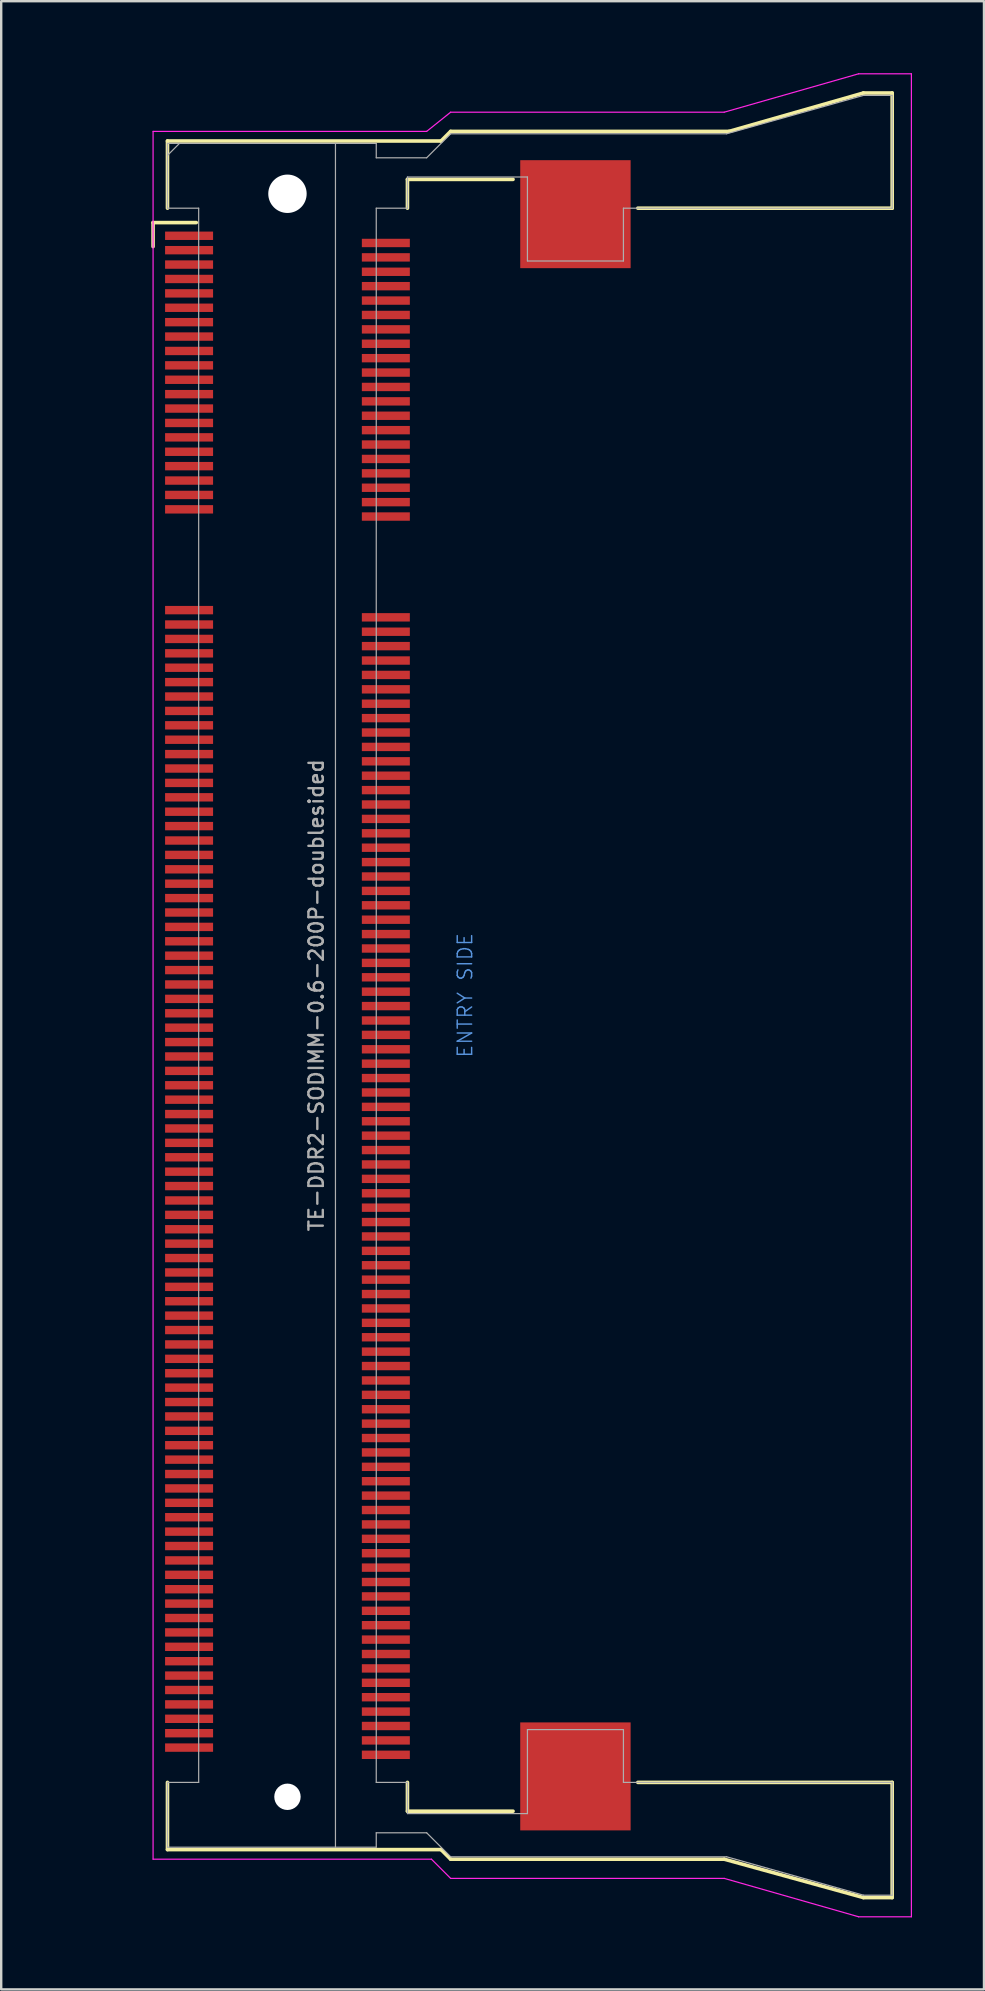
<source format=kicad_pcb>
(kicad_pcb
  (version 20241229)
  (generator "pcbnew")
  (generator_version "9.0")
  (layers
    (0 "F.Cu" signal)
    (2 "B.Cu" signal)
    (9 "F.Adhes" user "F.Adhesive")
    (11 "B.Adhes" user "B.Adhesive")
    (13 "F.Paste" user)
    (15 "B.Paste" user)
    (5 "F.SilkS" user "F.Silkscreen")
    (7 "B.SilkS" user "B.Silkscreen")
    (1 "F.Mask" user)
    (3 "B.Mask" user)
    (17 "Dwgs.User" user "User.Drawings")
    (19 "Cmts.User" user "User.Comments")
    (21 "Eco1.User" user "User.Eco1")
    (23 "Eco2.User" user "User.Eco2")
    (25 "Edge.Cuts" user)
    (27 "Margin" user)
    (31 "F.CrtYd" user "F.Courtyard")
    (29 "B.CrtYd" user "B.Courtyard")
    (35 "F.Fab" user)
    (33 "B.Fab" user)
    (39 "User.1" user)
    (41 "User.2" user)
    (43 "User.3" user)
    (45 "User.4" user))
  (footprint "TE-DDR2-SODIMM-0.6-200P-doublesided"
    (layer "F.Cu")
    (at 8.929 38.425)
    (property "Reference" "TE-DDR2-SODIMM-0.6-200P-doublesided" (at 1.2 0 90) (layer "F.Fab") (effects (font (size 0.6 0.6) (thickness 0.1))))
    (attr through_hole)
    (fp_line (start -5.6 -32.2) (end -3.8 -32.2) (stroke (width 0.15) (type solid)) (layer "F.SilkS"))
    (fp_line (start -5.6 -31.2) (end -5.6 -32.2) (stroke (width 0.15) (type solid)) (layer "F.SilkS"))
    (fp_line (start -5 -35.6) (end 6.4 -35.6) (stroke (width 0.15) (type solid)) (layer "F.SilkS"))
    (fp_line (start -5 -32.8) (end -5 -35.6) (stroke (width 0.15) (type solid)) (layer "F.SilkS"))
    (fp_line (start -5 32.8) (end -5 35.6) (stroke (width 0.15) (type solid)) (layer "F.SilkS"))
    (fp_line (start -5 35.6) (end 6.4 35.6) (stroke (width 0.15) (type solid)) (layer "F.SilkS"))
    (fp_line (start 5 -34) (end 9.4 -34) (stroke (width 0.15) (type solid)) (layer "F.SilkS"))
    (fp_line (start 5 -32.8) (end 5 -34) (stroke (width 0.15) (type solid)) (layer "F.SilkS"))
    (fp_line (start 5 34) (end 5 32.8) (stroke (width 0.15) (type solid)) (layer "F.SilkS"))
    (fp_line (start 6.4 -35.6) (end 6.8 -36) (stroke (width 0.15) (type solid)) (layer "F.SilkS"))
    (fp_line (start 6.4 35.6) (end 6.8 36) (stroke (width 0.15) (type solid)) (layer "F.SilkS"))
    (fp_line (start 6.8 -36) (end 18.4 -36) (stroke (width 0.15) (type solid)) (layer "F.SilkS"))
    (fp_line (start 6.8 36) (end 18.2 36) (stroke (width 0.15) (type solid)) (layer "F.SilkS"))
    (fp_line (start 9.4 34) (end 5 34) (stroke (width 0.15) (type solid)) (layer "F.SilkS"))
    (fp_line (start 14.6 -32.8) (end 25.2 -32.8) (stroke (width 0.15) (type solid)) (layer "F.SilkS"))
    (fp_line (start 14.6 32.8) (end 25.2 32.8) (stroke (width 0.15) (type solid)) (layer "F.SilkS"))
    (fp_line (start 18.2 36) (end 24 37.6) (stroke (width 0.15) (type solid)) (layer "F.SilkS"))
    (fp_line (start 18.4 -36) (end 24 -37.6) (stroke (width 0.15) (type solid)) (layer "F.SilkS"))
    (fp_line (start 24 -37.6) (end 25.2 -37.6) (stroke (width 0.15) (type solid)) (layer "F.SilkS"))
    (fp_line (start 24 37.6) (end 25.2 37.6) (stroke (width 0.15) (type solid)) (layer "F.SilkS"))
    (fp_line (start 25.2 -37.6) (end 25.2 -32.8) (stroke (width 0.15) (type solid)) (layer "F.SilkS"))
    (fp_line (start 25.2 37.6) (end 25.2 32.8) (stroke (width 0.15) (type solid)) (layer "F.SilkS"))
    (fp_line (start -5.6 -36) (end -5.6 36) (stroke (width 0.05) (type solid)) (layer "F.CrtYd"))
    (fp_line (start -5.6 -36) (end 5.8 -36) (stroke (width 0.05) (type solid)) (layer "F.CrtYd"))
    (fp_line (start -5.6 36) (end 6 36) (stroke (width 0.05) (type solid)) (layer "F.CrtYd"))
    (fp_line (start 6 36) (end 6.8 36.8) (stroke (width 0.05) (type solid)) (layer "F.CrtYd"))
    (fp_line (start 6.8 -36.8) (end 5.8 -36) (stroke (width 0.05) (type solid)) (layer "F.CrtYd"))
    (fp_line (start 6.8 36.8) (end 18.2 36.8) (stroke (width 0.05) (type solid)) (layer "F.CrtYd"))
    (fp_line (start 18.2 -36.8) (end 6.8 -36.8) (stroke (width 0.05) (type solid)) (layer "F.CrtYd"))
    (fp_line (start 18.2 36.8) (end 23.8 38.4) (stroke (width 0.05) (type solid)) (layer "F.CrtYd"))
    (fp_line (start 23.8 -38.4) (end 18.2 -36.8) (stroke (width 0.05) (type solid)) (layer "F.CrtYd"))
    (fp_line (start 23.8 38.4) (end 26 38.4) (stroke (width 0.05) (type solid)) (layer "F.CrtYd"))
    (fp_line (start 26 -38.4) (end 23.8 -38.4) (stroke (width 0.05) (type solid)) (layer "F.CrtYd"))
    (fp_line (start 26 38.4) (end 26 -38.4) (stroke (width 0.05) (type solid)) (layer "F.CrtYd"))
    (fp_line (start -5 -35.5) (end -5 -32.8) (stroke (width 0.05) (type solid)) (layer "F.Fab"))
    (fp_line (start -5 -35.5) (end 2 -35.5) (stroke (width 0.05) (type solid)) (layer "F.Fab"))
    (fp_line (start -5 -35) (end -4.5 -35.5) (stroke (width 0.05) (type solid)) (layer "F.Fab"))
    (fp_line (start -5 -32.8) (end -3.7 -32.8) (stroke (width 0.05) (type solid)) (layer "F.Fab"))
    (fp_line (start -5 32.8) (end -3.7 32.8) (stroke (width 0.05) (type solid)) (layer "F.Fab"))
    (fp_line (start -5 35.5) (end -5 32.8) (stroke (width 0.05) (type solid)) (layer "F.Fab"))
    (fp_line (start -3.7 32.8) (end -3.7 -32.8) (stroke (width 0.05) (type solid)) (layer "F.Fab"))
    (fp_line (start 2 -35.5) (end 2 35.5) (stroke (width 0.05) (type solid)) (layer "F.Fab"))
    (fp_line (start 2 35.5) (end -5 35.5) (stroke (width 0.05) (type solid)) (layer "F.Fab"))
    (fp_line (start 3.7 -35.5) (end 2 -35.5) (stroke (width 0.05) (type solid)) (layer "F.Fab"))
    (fp_line (start 3.7 -35.5) (end 3.7 -34.9) (stroke (width 0.05) (type solid)) (layer "F.Fab"))
    (fp_line (start 3.7 -32.8) (end 3.7 32.8) (stroke (width 0.05) (type solid)) (layer "F.Fab"))
    (fp_line (start 3.7 -32.8) (end 5 -32.8) (stroke (width 0.05) (type solid)) (layer "F.Fab"))
    (fp_line (start 3.7 34.9) (end 3.7 35.5) (stroke (width 0.05) (type solid)) (layer "F.Fab"))
    (fp_line (start 3.7 34.9) (end 5.8 34.9) (stroke (width 0.05) (type solid)) (layer "F.Fab"))
    (fp_line (start 3.7 35.5) (end 2 35.5) (stroke (width 0.05) (type solid)) (layer "F.Fab"))
    (fp_line (start 5 -34.1) (end 10 -34.1) (stroke (width 0.05) (type solid)) (layer "F.Fab"))
    (fp_line (start 5 -32.8) (end 5 -34.1) (stroke (width 0.05) (type solid)) (layer "F.Fab"))
    (fp_line (start 5 32.8) (end 3.7 32.8) (stroke (width 0.05) (type solid)) (layer "F.Fab"))
    (fp_line (start 5 34.1) (end 5 32.8) (stroke (width 0.05) (type solid)) (layer "F.Fab"))
    (fp_line (start 5 34.1) (end 10 34.1) (stroke (width 0.05) (type solid)) (layer "F.Fab"))
    (fp_line (start 5.8 -34.9) (end 3.7 -34.9) (stroke (width 0.05) (type solid)) (layer "F.Fab"))
    (fp_line (start 5.8 -34.9) (end 6.8 -35.9) (stroke (width 0.05) (type solid)) (layer "F.Fab"))
    (fp_line (start 5.8 34.9) (end 6.8 35.9) (stroke (width 0.05) (type solid)) (layer "F.Fab"))
    (fp_line (start 6.8 -35.9) (end 18.3 -35.9) (stroke (width 0.05) (type solid)) (layer "F.Fab"))
    (fp_line (start 10 -34.1) (end 10 -30.6) (stroke (width 0.05) (type solid)) (layer "F.Fab"))
    (fp_line (start 10 -30.6) (end 14 -30.6) (stroke (width 0.05) (type solid)) (layer "F.Fab"))
    (fp_line (start 10 30.6) (end 14 30.6) (stroke (width 0.05) (type solid)) (layer "F.Fab"))
    (fp_line (start 10 34.1) (end 10 30.6) (stroke (width 0.05) (type solid)) (layer "F.Fab"))
    (fp_line (start 14 -32.8) (end 25.2 -32.8) (stroke (width 0.05) (type solid)) (layer "F.Fab"))
    (fp_line (start 14 -30.6) (end 14 -32.8) (stroke (width 0.05) (type solid)) (layer "F.Fab"))
    (fp_line (start 14 30.6) (end 14 32.8) (stroke (width 0.05) (type solid)) (layer "F.Fab"))
    (fp_line (start 14 32.8) (end 25.2 32.8) (stroke (width 0.05) (type solid)) (layer "F.Fab"))
    (fp_line (start 18.3 35.9) (end 6.8 35.9) (stroke (width 0.05) (type solid)) (layer "F.Fab"))
    (fp_line (start 18.3 35.9) (end 24 37.5) (stroke (width 0.05) (type solid)) (layer "F.Fab"))
    (fp_line (start 24 -37.5) (end 18.3 -35.9) (stroke (width 0.05) (type solid)) (layer "F.Fab"))
    (fp_line (start 25.2 -37.5) (end 24 -37.5) (stroke (width 0.05) (type solid)) (layer "F.Fab"))
    (fp_line (start 25.2 -32.8) (end 25.2 -37.5) (stroke (width 0.05) (type solid)) (layer "F.Fab"))
    (fp_line (start 25.2 37.5) (end 24 37.5) (stroke (width 0.05) (type solid)) (layer "F.Fab"))
    (fp_line (start 25.2 37.5) (end 25.2 32.8) (stroke (width 0.05) (type solid)) (layer "F.Fab"))
    (fp_text user "ENTRY SIDE" (at 7.4 0 90) (layer "Cmts.User") (effects (font (size 0.6 0.6) (thickness 0.06))))
    (fp_text user "${REFERENCE}" (at -4 -35 0) (layer "Eco1.User") (effects (font (size 0.3 0.3) (thickness 0.03))))
    (pad "" np_thru_hole circle (at 0 -33.4) (size 1.6 1.6) (drill 1.6) (layers "*.Cu"))
    (pad "" np_thru_hole circle (at 0 33.4) (size 1.1 1.1) (drill 1.1) (layers "*.Cu"))
    (pad "" smd rect (at 12 -32.55) (size 4.6 4.5) (layers "F.Cu" "F.Mask" "F.Paste"))
    (pad "" smd rect (at 12 32.55) (size 4.6 4.5) (layers "F.Cu" "F.Mask" "F.Paste"))
    (pad "1" smd rect (at -4.1 -31.65) (size 2 0.35) (layers "F.Cu" "F.Paste"))
    (pad "2" smd rect (at 4.1 -31.35) (size 2 0.35) (layers "F.Cu" "F.Paste"))
    (pad "3" smd rect (at -4.1 -31.05) (size 2 0.35) (layers "F.Cu" "F.Paste"))
    (pad "4" smd rect (at 4.1 -30.75) (size 2 0.35) (layers "F.Cu" "F.Paste"))
    (pad "5" smd rect (at -4.1 -30.45) (size 2 0.35) (layers "F.Cu" "F.Paste"))
    (pad "6" smd rect (at 4.1 -30.15) (size 2 0.35) (layers "F.Cu" "F.Paste"))
    (pad "7" smd rect (at -4.1 -29.85) (size 2 0.35) (layers "F.Cu" "F.Paste"))
    (pad "8" smd rect (at 4.1 -29.55) (size 2 0.35) (layers "F.Cu" "F.Paste"))
    (pad "9" smd rect (at -4.1 -29.25) (size 2 0.35) (layers "F.Cu" "F.Paste"))
    (pad "10" smd rect (at 4.1 -28.95) (size 2 0.35) (layers "F.Cu" "F.Paste"))
    (pad "11" smd rect (at -4.1 -28.65) (size 2 0.35) (layers "F.Cu" "F.Paste"))
    (pad "12" smd rect (at 4.1 -28.35) (size 2 0.35) (layers "F.Cu" "F.Paste"))
    (pad "13" smd rect (at -4.1 -28.05) (size 2 0.35) (layers "F.Cu" "F.Paste"))
    (pad "14" smd rect (at 4.1 -27.75) (size 2 0.35) (layers "F.Cu" "F.Paste"))
    (pad "15" smd rect (at -4.1 -27.45) (size 2 0.35) (layers "F.Cu" "F.Paste"))
    (pad "16" smd rect (at 4.1 -27.15) (size 2 0.35) (layers "F.Cu" "F.Paste"))
    (pad "17" smd rect (at -4.1 -26.85) (size 2 0.35) (layers "F.Cu" "F.Paste"))
    (pad "18" smd rect (at 4.1 -26.55) (size 2 0.35) (layers "F.Cu" "F.Paste"))
    (pad "19" smd rect (at -4.1 -26.25) (size 2 0.35) (layers "F.Cu" "F.Paste"))
    (pad "20" smd rect (at 4.1 -25.95) (size 2 0.35) (layers "F.Cu" "F.Paste"))
    (pad "21" smd rect (at -4.1 -25.65) (size 2 0.35) (layers "F.Cu" "F.Paste"))
    (pad "22" smd rect (at 4.1 -25.35) (size 2 0.35) (layers "F.Cu" "F.Paste"))
    (pad "23" smd rect (at -4.1 -25.05) (size 2 0.35) (layers "F.Cu" "F.Paste"))
    (pad "24" smd rect (at 4.1 -24.75) (size 2 0.35) (layers "F.Cu" "F.Paste"))
    (pad "25" smd rect (at -4.1 -24.45) (size 2 0.35) (layers "F.Cu" "F.Paste"))
    (pad "26" smd rect (at 4.1 -24.15) (size 2 0.35) (layers "F.Cu" "F.Paste"))
    (pad "27" smd rect (at -4.1 -23.85) (size 2 0.35) (layers "F.Cu" "F.Paste"))
    (pad "28" smd rect (at 4.1 -23.55) (size 2 0.35) (layers "F.Cu" "F.Paste"))
    (pad "29" smd rect (at -4.1 -23.25) (size 2 0.35) (layers "F.Cu" "F.Paste"))
    (pad "30" smd rect (at 4.1 -22.95) (size 2 0.35) (layers "F.Cu" "F.Paste"))
    (pad "31" smd rect (at -4.1 -22.65) (size 2 0.35) (layers "F.Cu" "F.Paste"))
    (pad "32" smd rect (at 4.1 -22.35) (size 2 0.35) (layers "F.Cu" "F.Paste"))
    (pad "33" smd rect (at -4.1 -22.05) (size 2 0.35) (layers "F.Cu" "F.Paste"))
    (pad "34" smd rect (at 4.1 -21.75) (size 2 0.35) (layers "F.Cu" "F.Paste"))
    (pad "35" smd rect (at -4.1 -21.45) (size 2 0.35) (layers "F.Cu" "F.Paste"))
    (pad "36" smd rect (at 4.1 -21.15) (size 2 0.35) (layers "F.Cu" "F.Paste"))
    (pad "37" smd rect (at -4.1 -20.85) (size 2 0.35) (layers "F.Cu" "F.Paste"))
    (pad "38" smd rect (at 4.1 -20.55) (size 2 0.35) (layers "F.Cu" "F.Paste"))
    (pad "39" smd rect (at -4.1 -20.25) (size 2 0.35) (layers "F.Cu" "F.Paste"))
    (pad "40" smd rect (at 4.1 -19.95) (size 2 0.35) (layers "F.Cu" "F.Paste"))
    (pad "41" smd rect (at -4.1 -16.05) (size 2 0.35) (layers "F.Cu" "F.Paste"))
    (pad "42" smd rect (at 4.1 -15.75) (size 2 0.35) (layers "F.Cu" "F.Paste"))
    (pad "43" smd rect (at -4.1 -15.45) (size 2 0.35) (layers "F.Cu" "F.Paste"))
    (pad "44" smd rect (at 4.1 -15.15) (size 2 0.35) (layers "F.Cu" "F.Paste"))
    (pad "45" smd rect (at -4.1 -14.85) (size 2 0.35) (layers "F.Cu" "F.Paste"))
    (pad "46" smd rect (at 4.1 -14.55) (size 2 0.35) (layers "F.Cu" "F.Paste"))
    (pad "47" smd rect (at -4.1 -14.25) (size 2 0.35) (layers "F.Cu" "F.Paste"))
    (pad "48" smd rect (at 4.1 -13.95) (size 2 0.35) (layers "F.Cu" "F.Paste"))
    (pad "49" smd rect (at -4.1 -13.65) (size 2 0.35) (layers "F.Cu" "F.Paste"))
    (pad "50" smd rect (at 4.1 -13.35) (size 2 0.35) (layers "F.Cu" "F.Paste"))
    (pad "51" smd rect (at -4.1 -13.05) (size 2 0.35) (layers "F.Cu" "F.Paste"))
    (pad "52" smd rect (at 4.1 -12.75) (size 2 0.35) (layers "F.Cu" "F.Paste"))
    (pad "53" smd rect (at -4.1 -12.45) (size 2 0.35) (layers "F.Cu" "F.Paste"))
    (pad "54" smd rect (at 4.1 -12.15) (size 2 0.35) (layers "F.Cu" "F.Paste"))
    (pad "55" smd rect (at -4.1 -11.85) (size 2 0.35) (layers "F.Cu" "F.Paste"))
    (pad "56" smd rect (at 4.1 -11.55) (size 2 0.35) (layers "F.Cu" "F.Paste"))
    (pad "57" smd rect (at -4.1 -11.25) (size 2 0.35) (layers "F.Cu" "F.Paste"))
    (pad "58" smd rect (at 4.1 -10.95) (size 2 0.35) (layers "F.Cu" "F.Paste"))
    (pad "59" smd rect (at -4.1 -10.65) (size 2 0.35) (layers "F.Cu" "F.Paste"))
    (pad "60" smd rect (at 4.1 -10.35) (size 2 0.35) (layers "F.Cu" "F.Paste"))
    (pad "61" smd rect (at -4.1 -10.05) (size 2 0.35) (layers "F.Cu" "F.Paste"))
    (pad "62" smd rect (at 4.1 -9.75) (size 2 0.35) (layers "F.Cu" "F.Paste"))
    (pad "63" smd rect (at -4.1 -9.45) (size 2 0.35) (layers "F.Cu" "F.Paste"))
    (pad "64" smd rect (at 4.1 -9.15) (size 2 0.35) (layers "F.Cu" "F.Paste"))
    (pad "65" smd rect (at -4.1 -8.85) (size 2 0.35) (layers "F.Cu" "F.Paste"))
    (pad "66" smd rect (at 4.1 -8.55) (size 2 0.35) (layers "F.Cu" "F.Paste"))
    (pad "67" smd rect (at -4.1 -8.25) (size 2 0.35) (layers "F.Cu" "F.Paste"))
    (pad "68" smd rect (at 4.1 -7.95) (size 2 0.35) (layers "F.Cu" "F.Paste"))
    (pad "69" smd rect (at -4.1 -7.65) (size 2 0.35) (layers "F.Cu" "F.Paste"))
    (pad "70" smd rect (at 4.1 -7.35) (size 2 0.35) (layers "F.Cu" "F.Paste"))
    (pad "71" smd rect (at -4.1 -7.05) (size 2 0.35) (layers "F.Cu" "F.Paste"))
    (pad "72" smd rect (at 4.1 -6.75) (size 2 0.35) (layers "F.Cu" "F.Paste"))
    (pad "73" smd rect (at -4.1 -6.45) (size 2 0.35) (layers "F.Cu" "F.Paste"))
    (pad "74" smd rect (at 4.1 -6.15) (size 2 0.35) (layers "F.Cu" "F.Paste"))
    (pad "75" smd rect (at -4.1 -5.85) (size 2 0.35) (layers "F.Cu" "F.Paste"))
    (pad "76" smd rect (at 4.1 -5.55) (size 2 0.35) (layers "F.Cu" "F.Paste"))
    (pad "77" smd rect (at -4.1 -5.25) (size 2 0.35) (layers "F.Cu" "F.Paste"))
    (pad "78" smd rect (at 4.1 -4.95) (size 2 0.35) (layers "F.Cu" "F.Paste"))
    (pad "79" smd rect (at -4.1 -4.65) (size 2 0.35) (layers "F.Cu" "F.Paste"))
    (pad "80" smd rect (at 4.1 -4.35) (size 2 0.35) (layers "F.Cu" "F.Paste"))
    (pad "81" smd rect (at -4.1 -4.05) (size 2 0.35) (layers "F.Cu" "F.Paste"))
    (pad "82" smd rect (at 4.1 -3.75) (size 2 0.35) (layers "F.Cu" "F.Paste"))
    (pad "83" smd rect (at -4.1 -3.45) (size 2 0.35) (layers "F.Cu" "F.Paste"))
    (pad "84" smd rect (at 4.1 -3.15) (size 2 0.35) (layers "F.Cu" "F.Paste"))
    (pad "85" smd rect (at -4.1 -2.85) (size 2 0.35) (layers "F.Cu" "F.Paste"))
    (pad "86" smd rect (at 4.1 -2.55) (size 2 0.35) (layers "F.Cu" "F.Paste"))
    (pad "87" smd rect (at -4.1 -2.25) (size 2 0.35) (layers "F.Cu" "F.Paste"))
    (pad "88" smd rect (at 4.1 -1.95) (size 2 0.35) (layers "F.Cu" "F.Paste"))
    (pad "89" smd rect (at -4.1 -1.65) (size 2 0.35) (layers "F.Cu" "F.Paste"))
    (pad "90" smd rect (at 4.1 -1.35) (size 2 0.35) (layers "F.Cu" "F.Paste"))
    (pad "91" smd rect (at -4.1 -1.05) (size 2 0.35) (layers "F.Cu" "F.Paste"))
    (pad "92" smd rect (at 4.1 -0.75) (size 2 0.35) (layers "F.Cu" "F.Paste"))
    (pad "93" smd rect (at -4.1 -0.45) (size 2 0.35) (layers "F.Cu" "F.Paste"))
    (pad "94" smd rect (at 4.1 -0.15) (size 2 0.35) (layers "F.Cu" "F.Paste"))
    (pad "95" smd rect (at -4.1 0.15) (size 2 0.35) (layers "F.Cu" "F.Paste"))
    (pad "96" smd rect (at 4.1 0.45) (size 2 0.35) (layers "F.Cu" "F.Paste"))
    (pad "97" smd rect (at -4.1 0.75) (size 2 0.35) (layers "F.Cu" "F.Paste"))
    (pad "98" smd rect (at 4.1 1.05) (size 2 0.35) (layers "F.Cu" "F.Paste"))
    (pad "99" smd rect (at -4.1 1.35) (size 2 0.35) (layers "F.Cu" "F.Paste"))
    (pad "100" smd rect (at 4.1 1.65) (size 2 0.35) (layers "F.Cu" "F.Paste"))
    (pad "101" smd rect (at -4.1 1.95) (size 2 0.35) (layers "F.Cu" "F.Paste"))
    (pad "102" smd rect (at 4.1 2.25) (size 2 0.35) (layers "F.Cu" "F.Paste"))
    (pad "103" smd rect (at -4.1 2.55) (size 2 0.35) (layers "F.Cu" "F.Paste"))
    (pad "104" smd rect (at 4.1 2.85) (size 2 0.35) (layers "F.Cu" "F.Paste"))
    (pad "105" smd rect (at -4.1 3.15) (size 2 0.35) (layers "F.Cu" "F.Paste"))
    (pad "106" smd rect (at 4.1 3.45) (size 2 0.35) (layers "F.Cu" "F.Paste"))
    (pad "107" smd rect (at -4.1 3.75) (size 2 0.35) (layers "F.Cu" "F.Paste"))
    (pad "108" smd rect (at 4.1 4.05) (size 2 0.35) (layers "F.Cu" "F.Paste"))
    (pad "109" smd rect (at -4.1 4.35) (size 2 0.35) (layers "F.Cu" "F.Paste"))
    (pad "110" smd rect (at 4.1 4.65) (size 2 0.35) (layers "F.Cu" "F.Paste"))
    (pad "111" smd rect (at -4.1 4.95) (size 2 0.35) (layers "F.Cu" "F.Paste"))
    (pad "112" smd rect (at 4.1 5.25) (size 2 0.35) (layers "F.Cu" "F.Paste"))
    (pad "113" smd rect (at -4.1 5.55) (size 2 0.35) (layers "F.Cu" "F.Paste"))
    (pad "114" smd rect (at 4.1 5.85) (size 2 0.35) (layers "F.Cu" "F.Paste"))
    (pad "115" smd rect (at -4.1 6.15) (size 2 0.35) (layers "F.Cu" "F.Paste"))
    (pad "116" smd rect (at 4.1 6.45) (size 2 0.35) (layers "F.Cu" "F.Paste"))
    (pad "117" smd rect (at -4.1 6.75) (size 2 0.35) (layers "F.Cu" "F.Paste"))
    (pad "118" smd rect (at 4.1 7.05) (size 2 0.35) (layers "F.Cu" "F.Paste"))
    (pad "119" smd rect (at -4.1 7.35) (size 2 0.35) (layers "F.Cu" "F.Paste"))
    (pad "120" smd rect (at 4.1 7.65) (size 2 0.35) (layers "F.Cu" "F.Paste"))
    (pad "121" smd rect (at -4.1 7.95) (size 2 0.35) (layers "F.Cu" "F.Paste"))
    (pad "122" smd rect (at 4.1 8.25) (size 2 0.35) (layers "F.Cu" "F.Paste"))
    (pad "123" smd rect (at -4.1 8.55) (size 2 0.35) (layers "F.Cu" "F.Paste"))
    (pad "124" smd rect (at 4.1 8.85) (size 2 0.35) (layers "F.Cu" "F.Paste"))
    (pad "125" smd rect (at -4.1 9.15) (size 2 0.35) (layers "F.Cu" "F.Paste"))
    (pad "126" smd rect (at 4.1 9.45) (size 2 0.35) (layers "F.Cu" "F.Paste"))
    (pad "127" smd rect (at -4.1 9.75) (size 2 0.35) (layers "F.Cu" "F.Paste"))
    (pad "128" smd rect (at 4.1 10.05) (size 2 0.35) (layers "F.Cu" "F.Paste"))
    (pad "129" smd rect (at -4.1 10.35) (size 2 0.35) (layers "F.Cu" "F.Paste"))
    (pad "130" smd rect (at 4.1 10.65) (size 2 0.35) (layers "F.Cu" "F.Paste"))
    (pad "131" smd rect (at -4.1 10.95) (size 2 0.35) (layers "F.Cu" "F.Paste"))
    (pad "132" smd rect (at 4.1 11.25) (size 2 0.35) (layers "F.Cu" "F.Paste"))
    (pad "133" smd rect (at -4.1 11.55) (size 2 0.35) (layers "F.Cu" "F.Paste"))
    (pad "134" smd rect (at 4.1 11.85) (size 2 0.35) (layers "F.Cu" "F.Paste"))
    (pad "135" smd rect (at -4.1 12.15) (size 2 0.35) (layers "F.Cu" "F.Paste"))
    (pad "136" smd rect (at 4.1 12.45) (size 2 0.35) (layers "F.Cu" "F.Paste"))
    (pad "137" smd rect (at -4.1 12.75) (size 2 0.35) (layers "F.Cu" "F.Paste"))
    (pad "138" smd rect (at 4.1 13.05) (size 2 0.35) (layers "F.Cu" "F.Paste"))
    (pad "139" smd rect (at -4.1 13.35) (size 2 0.35) (layers "F.Cu" "F.Paste"))
    (pad "140" smd rect (at 4.1 13.65) (size 2 0.35) (layers "F.Cu" "F.Paste"))
    (pad "141" smd rect (at -4.1 13.95) (size 2 0.35) (layers "F.Cu" "F.Paste"))
    (pad "142" smd rect (at 4.1 14.25) (size 2 0.35) (layers "F.Cu" "F.Paste"))
    (pad "143" smd rect (at -4.1 14.55) (size 2 0.35) (layers "F.Cu" "F.Paste"))
    (pad "144" smd rect (at 4.1 14.85) (size 2 0.35) (layers "F.Cu" "F.Paste"))
    (pad "145" smd rect (at -4.1 15.15) (size 2 0.35) (layers "F.Cu" "F.Paste"))
    (pad "146" smd rect (at 4.1 15.45) (size 2 0.35) (layers "F.Cu" "F.Paste"))
    (pad "147" smd rect (at -4.1 15.75) (size 2 0.35) (layers "F.Cu" "F.Paste"))
    (pad "148" smd rect (at 4.1 16.05) (size 2 0.35) (layers "F.Cu" "F.Paste"))
    (pad "149" smd rect (at -4.1 16.35) (size 2 0.35) (layers "F.Cu" "F.Paste"))
    (pad "150" smd rect (at 4.1 16.65) (size 2 0.35) (layers "F.Cu" "F.Paste"))
    (pad "151" smd rect (at -4.1 16.95) (size 2 0.35) (layers "F.Cu" "F.Paste"))
    (pad "152" smd rect (at 4.1 17.25) (size 2 0.35) (layers "F.Cu" "F.Paste"))
    (pad "153" smd rect (at -4.1 17.55) (size 2 0.35) (layers "F.Cu" "F.Paste"))
    (pad "154" smd rect (at 4.1 17.85) (size 2 0.35) (layers "F.Cu" "F.Paste"))
    (pad "155" smd rect (at -4.1 18.15) (size 2 0.35) (layers "F.Cu" "F.Paste"))
    (pad "156" smd rect (at 4.1 18.45) (size 2 0.35) (layers "F.Cu" "F.Paste"))
    (pad "157" smd rect (at -4.1 18.75) (size 2 0.35) (layers "F.Cu" "F.Paste"))
    (pad "158" smd rect (at 4.1 19.05) (size 2 0.35) (layers "F.Cu" "F.Paste"))
    (pad "159" smd rect (at -4.1 19.35) (size 2 0.35) (layers "F.Cu" "F.Paste"))
    (pad "160" smd rect (at 4.1 19.65) (size 2 0.35) (layers "F.Cu" "F.Paste"))
    (pad "161" smd rect (at -4.1 19.95) (size 2 0.35) (layers "F.Cu" "F.Paste"))
    (pad "162" smd rect (at 4.1 20.25) (size 2 0.35) (layers "F.Cu" "F.Paste"))
    (pad "163" smd rect (at -4.1 20.55) (size 2 0.35) (layers "F.Cu" "F.Paste"))
    (pad "164" smd rect (at 4.1 20.85) (size 2 0.35) (layers "F.Cu" "F.Paste"))
    (pad "165" smd rect (at -4.1 21.15) (size 2 0.35) (layers "F.Cu" "F.Paste"))
    (pad "166" smd rect (at 4.1 21.45) (size 2 0.35) (layers "F.Cu" "F.Paste"))
    (pad "167" smd rect (at -4.1 21.75) (size 2 0.35) (layers "F.Cu" "F.Paste"))
    (pad "168" smd rect (at 4.1 22.05) (size 2 0.35) (layers "F.Cu" "F.Paste"))
    (pad "169" smd rect (at -4.1 22.35) (size 2 0.35) (layers "F.Cu" "F.Paste"))
    (pad "170" smd rect (at 4.1 22.65) (size 2 0.35) (layers "F.Cu" "F.Paste"))
    (pad "171" smd rect (at -4.1 22.95) (size 2 0.35) (layers "F.Cu" "F.Paste"))
    (pad "172" smd rect (at 4.1 23.25) (size 2 0.35) (layers "F.Cu" "F.Paste"))
    (pad "173" smd rect (at -4.1 23.55) (size 2 0.35) (layers "F.Cu" "F.Paste"))
    (pad "174" smd rect (at 4.1 23.85) (size 2 0.35) (layers "F.Cu" "F.Paste"))
    (pad "175" smd rect (at -4.1 24.15) (size 2 0.35) (layers "F.Cu" "F.Paste"))
    (pad "176" smd rect (at 4.1 24.45) (size 2 0.35) (layers "F.Cu" "F.Paste"))
    (pad "177" smd rect (at -4.1 24.75) (size 2 0.35) (layers "F.Cu" "F.Paste"))
    (pad "178" smd rect (at 4.1 25.05) (size 2 0.35) (layers "F.Cu" "F.Paste"))
    (pad "179" smd rect (at -4.1 25.35) (size 2 0.35) (layers "F.Cu" "F.Paste"))
    (pad "180" smd rect (at 4.1 25.65) (size 2 0.35) (layers "F.Cu" "F.Paste"))
    (pad "181" smd rect (at -4.1 25.95) (size 2 0.35) (layers "F.Cu" "F.Paste"))
    (pad "182" smd rect (at 4.1 26.25) (size 2 0.35) (layers "F.Cu" "F.Paste"))
    (pad "183" smd rect (at -4.1 26.55) (size 2 0.35) (layers "F.Cu" "F.Paste"))
    (pad "184" smd rect (at 4.1 26.85) (size 2 0.35) (layers "F.Cu" "F.Paste"))
    (pad "185" smd rect (at -4.1 27.15) (size 2 0.35) (layers "F.Cu" "F.Paste"))
    (pad "186" smd rect (at 4.1 27.45) (size 2 0.35) (layers "F.Cu" "F.Paste"))
    (pad "187" smd rect (at -4.1 27.75) (size 2 0.35) (layers "F.Cu" "F.Paste"))
    (pad "188" smd rect (at 4.1 28.05) (size 2 0.35) (layers "F.Cu" "F.Paste"))
    (pad "189" smd rect (at -4.1 28.35) (size 2 0.35) (layers "F.Cu" "F.Paste"))
    (pad "190" smd rect (at 4.1 28.65) (size 2 0.35) (layers "F.Cu" "F.Paste"))
    (pad "191" smd rect (at -4.1 28.95) (size 2 0.35) (layers "F.Cu" "F.Paste"))
    (pad "192" smd rect (at 4.1 29.25) (size 2 0.35) (layers "F.Cu" "F.Paste"))
    (pad "193" smd rect (at -4.1 29.55) (size 2 0.35) (layers "F.Cu" "F.Paste"))
    (pad "194" smd rect (at 4.1 29.85) (size 2 0.35) (layers "F.Cu" "F.Paste"))
    (pad "195" smd rect (at -4.1 30.15) (size 2 0.35) (layers "F.Cu" "F.Paste"))
    (pad "196" smd rect (at 4.1 30.45) (size 2 0.35) (layers "F.Cu" "F.Paste"))
    (pad "197" smd rect (at -4.1 30.75) (size 2 0.35) (layers "F.Cu" "F.Paste"))
    (pad "198" smd rect (at 4.1 31.05) (size 2 0.35) (layers "F.Cu" "F.Paste"))
    (pad "199" smd rect (at -4.1 31.35) (size 2 0.35) (layers "F.Cu" "F.Paste"))
    (pad "200" smd rect (at 4.1 31.65) (size 2 0.35) (layers "F.Cu" "F.Paste")))
  (gr_rect
    (start -3 -3)
    (end 37.954 79.85)
    (stroke (width 0.1) (type default))
    (fill no)
    (layer "Edge.Cuts")))
</source>
